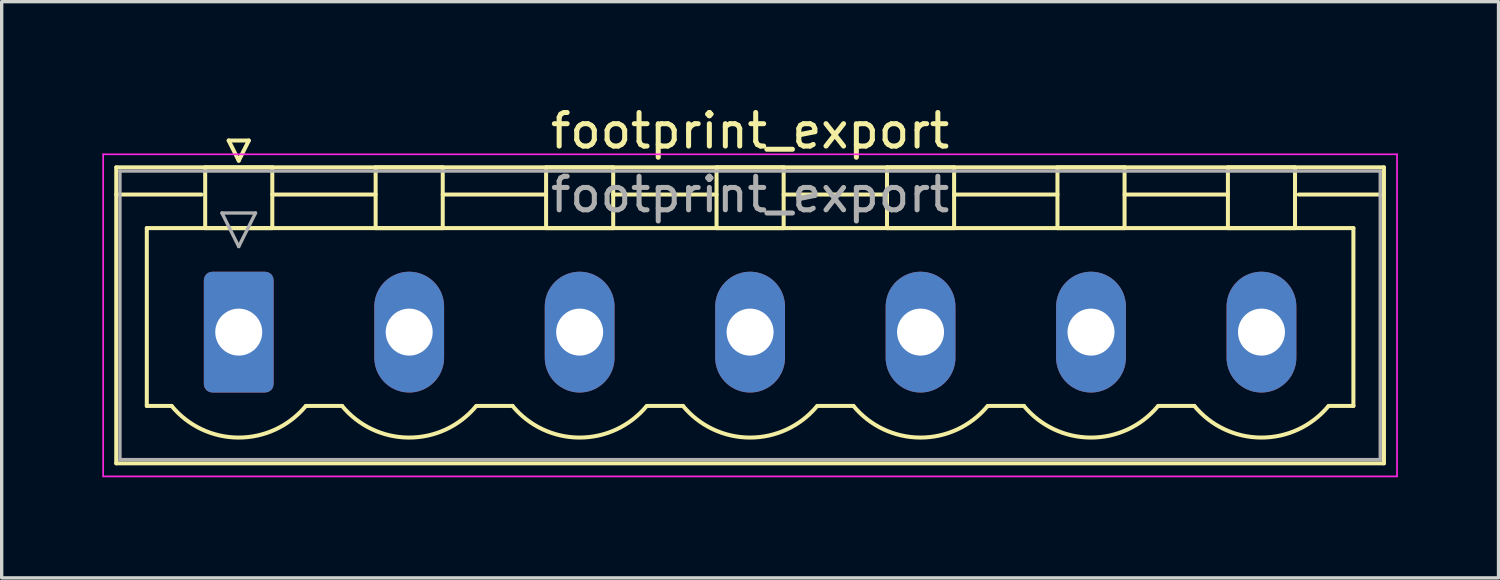
<source format=kicad_pcb>
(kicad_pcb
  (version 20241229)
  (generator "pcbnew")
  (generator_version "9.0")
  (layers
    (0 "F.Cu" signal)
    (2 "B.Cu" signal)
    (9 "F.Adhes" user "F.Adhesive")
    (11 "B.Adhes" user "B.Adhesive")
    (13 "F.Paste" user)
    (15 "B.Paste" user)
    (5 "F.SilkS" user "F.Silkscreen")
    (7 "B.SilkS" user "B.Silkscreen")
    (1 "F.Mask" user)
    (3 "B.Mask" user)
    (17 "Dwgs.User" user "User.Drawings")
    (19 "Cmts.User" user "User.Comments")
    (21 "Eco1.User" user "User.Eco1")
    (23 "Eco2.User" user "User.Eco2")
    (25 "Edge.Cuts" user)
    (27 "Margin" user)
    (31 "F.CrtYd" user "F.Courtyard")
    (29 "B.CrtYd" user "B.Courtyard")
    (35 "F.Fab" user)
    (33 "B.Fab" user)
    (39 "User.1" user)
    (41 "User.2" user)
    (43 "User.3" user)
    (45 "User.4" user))
  (footprint "footprint_export"
    (layer "F.Cu")
    (at 4.065 6.848)
    (property "Reference" "footprint_export" (at 15.24 -6 0) (layer "F.SilkS") (effects (font (size 1 1) (thickness 0.15))))
    (attr through_hole)
    (fp_line (start -3.65 -4.91) (end -3.65 3.91) (stroke (width 0.12) (type solid)) (layer "F.SilkS"))
    (fp_line (start -3.65 -4.1) (end -1.11 -4.1) (stroke (width 0.12) (type solid)) (layer "F.SilkS"))
    (fp_line (start -3.65 3.91) (end 34.13 3.91) (stroke (width 0.12) (type solid)) (layer "F.SilkS"))
    (fp_line (start -2.74 -3.1) (end 33.22 -3.1) (stroke (width 0.12) (type solid)) (layer "F.SilkS"))
    (fp_line (start -2.74 2.2) (end -2.74 -3.1) (stroke (width 0.12) (type solid)) (layer "F.SilkS"))
    (fp_line (start -2 2.2) (end -2.74 2.2) (stroke (width 0.12) (type solid)) (layer "F.SilkS"))
    (fp_line (start -1 -4.91) (end 1 -4.91) (stroke (width 0.12) (type solid)) (layer "F.SilkS"))
    (fp_line (start -1 -3.1) (end -1 -4.91) (stroke (width 0.12) (type solid)) (layer "F.SilkS"))
    (fp_line (start -0.3 -5.71) (end 0.3 -5.71) (stroke (width 0.12) (type solid)) (layer "F.SilkS"))
    (fp_line (start 0 -5.11) (end -0.3 -5.71) (stroke (width 0.12) (type solid)) (layer "F.SilkS"))
    (fp_line (start 0.3 -5.71) (end 0 -5.11) (stroke (width 0.12) (type solid)) (layer "F.SilkS"))
    (fp_line (start 1 -4.91) (end 1 -3.1) (stroke (width 0.12) (type solid)) (layer "F.SilkS"))
    (fp_line (start 1 -4.1) (end 4.08 -4.1) (stroke (width 0.12) (type solid)) (layer "F.SilkS"))
    (fp_line (start 1 -3.1) (end -1 -3.1) (stroke (width 0.12) (type solid)) (layer "F.SilkS"))
    (fp_line (start 2 2.2) (end 3.08 2.2) (stroke (width 0.12) (type solid)) (layer "F.SilkS"))
    (fp_line (start 4.08 -4.91) (end 6.08 -4.91) (stroke (width 0.12) (type solid)) (layer "F.SilkS"))
    (fp_line (start 4.08 -3.1) (end 4.08 -4.91) (stroke (width 0.12) (type solid)) (layer "F.SilkS"))
    (fp_line (start 6.08 -4.91) (end 6.08 -3.1) (stroke (width 0.12) (type solid)) (layer "F.SilkS"))
    (fp_line (start 6.08 -4.1) (end 9.16 -4.1) (stroke (width 0.12) (type solid)) (layer "F.SilkS"))
    (fp_line (start 6.08 -3.1) (end 4.08 -3.1) (stroke (width 0.12) (type solid)) (layer "F.SilkS"))
    (fp_line (start 7.08 2.2) (end 8.16 2.2) (stroke (width 0.12) (type solid)) (layer "F.SilkS"))
    (fp_line (start 9.16 -4.91) (end 11.16 -4.91) (stroke (width 0.12) (type solid)) (layer "F.SilkS"))
    (fp_line (start 9.16 -3.1) (end 9.16 -4.91) (stroke (width 0.12) (type solid)) (layer "F.SilkS"))
    (fp_line (start 11.16 -4.91) (end 11.16 -3.1) (stroke (width 0.12) (type solid)) (layer "F.SilkS"))
    (fp_line (start 11.16 -4.1) (end 14.24 -4.1) (stroke (width 0.12) (type solid)) (layer "F.SilkS"))
    (fp_line (start 11.16 -3.1) (end 9.16 -3.1) (stroke (width 0.12) (type solid)) (layer "F.SilkS"))
    (fp_line (start 12.16 2.2) (end 13.24 2.2) (stroke (width 0.12) (type solid)) (layer "F.SilkS"))
    (fp_line (start 14.24 -4.91) (end 16.24 -4.91) (stroke (width 0.12) (type solid)) (layer "F.SilkS"))
    (fp_line (start 14.24 -3.1) (end 14.24 -4.91) (stroke (width 0.12) (type solid)) (layer "F.SilkS"))
    (fp_line (start 16.24 -4.91) (end 16.24 -3.1) (stroke (width 0.12) (type solid)) (layer "F.SilkS"))
    (fp_line (start 16.24 -4.1) (end 19.32 -4.1) (stroke (width 0.12) (type solid)) (layer "F.SilkS"))
    (fp_line (start 16.24 -3.1) (end 14.24 -3.1) (stroke (width 0.12) (type solid)) (layer "F.SilkS"))
    (fp_line (start 17.24 2.2) (end 18.32 2.2) (stroke (width 0.12) (type solid)) (layer "F.SilkS"))
    (fp_line (start 19.32 -4.91) (end 21.32 -4.91) (stroke (width 0.12) (type solid)) (layer "F.SilkS"))
    (fp_line (start 19.32 -3.1) (end 19.32 -4.91) (stroke (width 0.12) (type solid)) (layer "F.SilkS"))
    (fp_line (start 21.32 -4.91) (end 21.32 -3.1) (stroke (width 0.12) (type solid)) (layer "F.SilkS"))
    (fp_line (start 21.32 -4.1) (end 24.4 -4.1) (stroke (width 0.12) (type solid)) (layer "F.SilkS"))
    (fp_line (start 21.32 -3.1) (end 19.32 -3.1) (stroke (width 0.12) (type solid)) (layer "F.SilkS"))
    (fp_line (start 22.32 2.2) (end 23.4 2.2) (stroke (width 0.12) (type solid)) (layer "F.SilkS"))
    (fp_line (start 24.4 -4.91) (end 26.4 -4.91) (stroke (width 0.12) (type solid)) (layer "F.SilkS"))
    (fp_line (start 24.4 -3.1) (end 24.4 -4.91) (stroke (width 0.12) (type solid)) (layer "F.SilkS"))
    (fp_line (start 26.4 -4.91) (end 26.4 -3.1) (stroke (width 0.12) (type solid)) (layer "F.SilkS"))
    (fp_line (start 26.4 -4.1) (end 29.48 -4.1) (stroke (width 0.12) (type solid)) (layer "F.SilkS"))
    (fp_line (start 26.4 -3.1) (end 24.4 -3.1) (stroke (width 0.12) (type solid)) (layer "F.SilkS"))
    (fp_line (start 27.4 2.2) (end 28.48 2.2) (stroke (width 0.12) (type solid)) (layer "F.SilkS"))
    (fp_line (start 29.48 -4.91) (end 31.48 -4.91) (stroke (width 0.12) (type solid)) (layer "F.SilkS"))
    (fp_line (start 29.48 -3.1) (end 29.48 -4.91) (stroke (width 0.12) (type solid)) (layer "F.SilkS"))
    (fp_line (start 31.48 -4.91) (end 31.48 -3.1) (stroke (width 0.12) (type solid)) (layer "F.SilkS"))
    (fp_line (start 31.48 -3.1) (end 29.48 -3.1) (stroke (width 0.12) (type solid)) (layer "F.SilkS"))
    (fp_line (start 33.22 -3.1) (end 33.22 2.2) (stroke (width 0.12) (type solid)) (layer "F.SilkS"))
    (fp_line (start 33.22 2.2) (end 32.48 2.2) (stroke (width 0.12) (type solid)) (layer "F.SilkS"))
    (fp_line (start 34.13 -4.91) (end -3.65 -4.91) (stroke (width 0.12) (type solid)) (layer "F.SilkS"))
    (fp_line (start 34.13 -4.1) (end 31.59 -4.1) (stroke (width 0.12) (type solid)) (layer "F.SilkS"))
    (fp_line (start 34.13 3.91) (end 34.13 -4.91) (stroke (width 0.12) (type solid)) (layer "F.SilkS"))
    (fp_arc (start 1.986842 2.215821) (mid -0.010289 3.142758) (end -2 2.2) (stroke (width 0.12) (type solid)) (layer "F.SilkS"))
    (fp_arc (start 7.066842 2.215821) (mid 5.069711 3.142758) (end 3.08 2.2) (stroke (width 0.12) (type solid)) (layer "F.SilkS"))
    (fp_arc (start 12.146842 2.215821) (mid 10.149711 3.142758) (end 8.16 2.2) (stroke (width 0.12) (type solid)) (layer "F.SilkS"))
    (fp_arc (start 17.226842 2.215821) (mid 15.229711 3.142758) (end 13.24 2.2) (stroke (width 0.12) (type solid)) (layer "F.SilkS"))
    (fp_arc (start 22.306842 2.215821) (mid 20.309711 3.142758) (end 18.32 2.2) (stroke (width 0.12) (type solid)) (layer "F.SilkS"))
    (fp_arc (start 27.386842 2.215821) (mid 25.389711 3.142758) (end 23.4 2.2) (stroke (width 0.12) (type solid)) (layer "F.SilkS"))
    (fp_arc (start 32.466842 2.215821) (mid 30.469711 3.142758) (end 28.48 2.2) (stroke (width 0.12) (type solid)) (layer "F.SilkS"))
    (fp_line (start -4.04 -5.3) (end -4.04 4.3) (stroke (width 0.05) (type solid)) (layer "F.CrtYd"))
    (fp_line (start -4.04 4.3) (end 34.52 4.3) (stroke (width 0.05) (type solid)) (layer "F.CrtYd"))
    (fp_line (start 34.52 -5.3) (end -4.04 -5.3) (stroke (width 0.05) (type solid)) (layer "F.CrtYd"))
    (fp_line (start 34.52 4.3) (end 34.52 -5.3) (stroke (width 0.05) (type solid)) (layer "F.CrtYd"))
    (fp_line (start -3.54 -4.8) (end -3.54 3.8) (stroke (width 0.1) (type solid)) (layer "F.Fab"))
    (fp_line (start -3.54 3.8) (end 34.02 3.8) (stroke (width 0.1) (type solid)) (layer "F.Fab"))
    (fp_line (start -0.5 -3.55) (end 0.5 -3.55) (stroke (width 0.1) (type solid)) (layer "F.Fab"))
    (fp_line (start 0 -2.55) (end -0.5 -3.55) (stroke (width 0.1) (type solid)) (layer "F.Fab"))
    (fp_line (start 0.5 -3.55) (end 0 -2.55) (stroke (width 0.1) (type solid)) (layer "F.Fab"))
    (fp_line (start 34.02 -4.8) (end -3.54 -4.8) (stroke (width 0.1) (type solid)) (layer "F.Fab"))
    (fp_line (start 34.02 3.8) (end 34.02 -4.8) (stroke (width 0.1) (type solid)) (layer "F.Fab"))
    (fp_text user "${REFERENCE}" (at 15.24 -4.1 0) (layer "F.Fab") (effects (font (size 1 1) (thickness 0.15))))
    (pad "1" thru_hole roundrect (at 0 0) (size 2.08 3.6) (drill 1.4) (layers "*.Cu" "*.Mask") (roundrect_rratio 0.12))
    (pad "2" thru_hole oval (at 5.08 0) (size 2.08 3.6) (drill 1.4) (layers "*.Cu" "*.Mask"))
    (pad "3" thru_hole oval (at 10.16 0) (size 2.08 3.6) (drill 1.4) (layers "*.Cu" "*.Mask"))
    (pad "4" thru_hole oval (at 15.24 0) (size 2.08 3.6) (drill 1.4) (layers "*.Cu" "*.Mask"))
    (pad "5" thru_hole oval (at 20.32 0) (size 2.08 3.6) (drill 1.4) (layers "*.Cu" "*.Mask"))
    (pad "6" thru_hole oval (at 25.4 0) (size 2.08 3.6) (drill 1.4) (layers "*.Cu" "*.Mask"))
    (pad "7" thru_hole oval (at 30.48 0) (size 2.08 3.6) (drill 1.4) (layers "*.Cu" "*.Mask")))
  (gr_rect
    (start -3 -3)
    (end 41.61 14.173)
    (stroke (width 0.1) (type default))
    (fill no)
    (layer "Edge.Cuts")))
</source>
